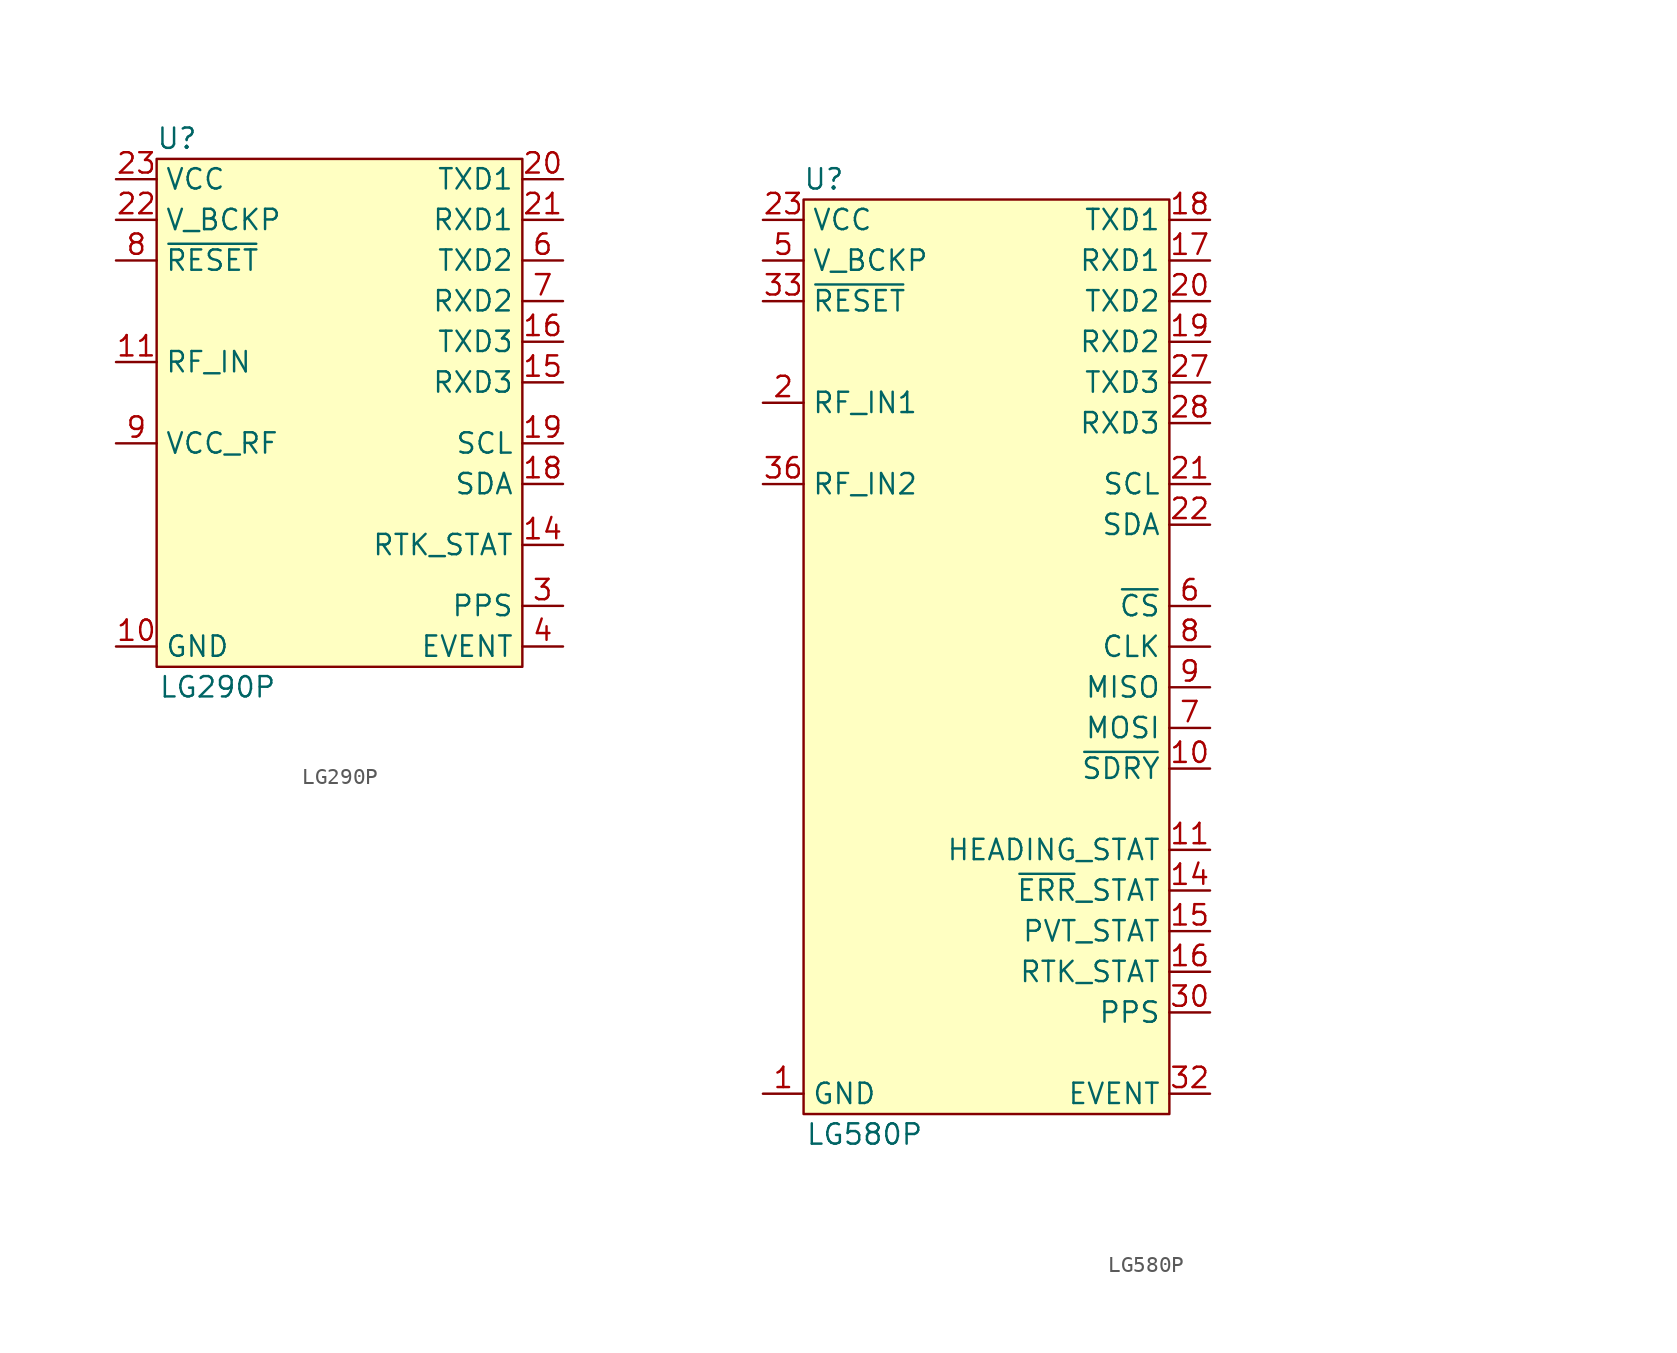
<source format=kicad_sym>
(kicad_symbol_lib
  (version 20241209)
  (generator "kicad_symbol_editor")
  (generator_version "9.0")
  (symbol "LG290P"
    (property "Reference" "U"
      (at -10.16 16.51 0)
      (effects (font (size 1.27 1.27))))
    (property "Value" "LG290P"
      (at -7.62 -17.78 0)
      (effects (font (size 1.27 1.27))))
    (symbol "LG290P_1_1"
      (rectangle (start -11.43 15.24) (end 11.43 -16.51) (stroke (width 0) (type default)) (fill (type background)))
      (pin power_in line (at -13.97 13.97 0) (length 2.54) (name "VCC" (effects (font (size 1.27 1.27)))) (number "23" (effects (font (size 1.27 1.27)))))
      (pin power_in line (at -13.97 11.43 0) (length 2.54) (name "V_BCKP" (effects (font (size 1.27 1.27)))) (number "22" (effects (font (size 1.27 1.27)))))
      (pin input line (at -13.97 8.89 0) (length 2.54) (name "~{RESET}" (effects (font (size 1.27 1.27)))) (number "8" (effects (font (size 1.27 1.27)))))
      (pin input line (at -13.97 2.54 0) (length 2.54) (name "RF_IN" (effects (font (size 1.27 1.27)))) (number "11" (effects (font (size 1.27 1.27)))))
      (pin power_out line (at -13.97 -2.54 0) (length 2.54) (name "VCC_RF" (effects (font (size 1.27 1.27)))) (number "9" (effects (font (size 1.27 1.27)))))
      (pin no_connect line (at -13.97 -5.08 0) (length 2.54) (hide yes) (name "NC" (effects (font (size 1.27 1.27)))) (number "2" (effects (font (size 1.27 1.27)))))
      (pin no_connect line (at -13.97 -6.35 0) (length 2.54) (hide yes) (name "NC" (effects (font (size 1.27 1.27)))) (number "1" (effects (font (size 1.27 1.27)))))
      (pin no_connect line (at -13.97 -7.62 0) (length 2.54) (hide yes) (name "NC" (effects (font (size 1.27 1.27)))) (number "17" (effects (font (size 1.27 1.27)))))
      (pin no_connect line (at -13.97 -8.89 0) (length 2.54) (hide yes) (name "NC" (effects (font (size 1.27 1.27)))) (number "5" (effects (font (size 1.27 1.27)))))
      (pin power_in line (at -13.97 -15.24 0) (length 2.54) (name "GND" (effects (font (size 1.27 1.27)))) (number "10" (effects (font (size 1.27 1.27)))))
      (pin power_in line (at -13.97 -15.24 0) (length 2.54) (hide yes) (name "GND" (effects (font (size 1.27 1.27)))) (number "12" (effects (font (size 1.27 1.27)))))
      (pin power_in line (at -13.97 -15.24 0) (length 2.54) (hide yes) (name "GND" (effects (font (size 1.27 1.27)))) (number "13" (effects (font (size 1.27 1.27)))))
      (pin power_in line (at -13.97 -15.24 0) (length 2.54) (hide yes) (name "GND" (effects (font (size 1.27 1.27)))) (number "24" (effects (font (size 1.27 1.27)))))
      (pin power_in line (at -13.97 -15.24 0) (length 2.54) (hide yes) (name "GND" (effects (font (size 1.27 1.27)))) (number "25" (effects (font (size 1.27 1.27)))))
      (pin output line (at 13.97 13.97 180) (length 2.54) (name "TXD1" (effects (font (size 1.27 1.27)))) (number "20" (effects (font (size 1.27 1.27)))))
      (pin input line (at 13.97 11.43 180) (length 2.54) (name "RXD1" (effects (font (size 1.27 1.27)))) (number "21" (effects (font (size 1.27 1.27)))))
      (pin output line (at 13.97 8.89 180) (length 2.54) (name "TXD2" (effects (font (size 1.27 1.27)))) (number "6" (effects (font (size 1.27 1.27)))))
      (pin input line (at 13.97 6.35 180) (length 2.54) (name "RXD2" (effects (font (size 1.27 1.27)))) (number "7" (effects (font (size 1.27 1.27)))))
      (pin output line (at 13.97 3.81 180) (length 2.54) (name "TXD3" (effects (font (size 1.27 1.27)))) (number "16" (effects (font (size 1.27 1.27)))))
      (pin input line (at 13.97 1.27 180) (length 2.54) (name "RXD3" (effects (font (size 1.27 1.27)))) (number "15" (effects (font (size 1.27 1.27)))))
      (pin bidirectional line (at 13.97 -2.54 180) (length 2.54) (name "SCL" (effects (font (size 1.27 1.27)))) (number "19" (effects (font (size 1.27 1.27)))))
      (pin bidirectional line (at 13.97 -5.08 180) (length 2.54) (name "SDA" (effects (font (size 1.27 1.27)))) (number "18" (effects (font (size 1.27 1.27)))))
      (pin output line (at 13.97 -8.89 180) (length 2.54) (name "RTK_STAT" (effects (font (size 1.27 1.27)))) (number "14" (effects (font (size 1.27 1.27)))))
      (pin output line (at 13.97 -12.7 180) (length 2.54) (name "PPS" (effects (font (size 1.27 1.27)))) (number "3" (effects (font (size 1.27 1.27)))))
      (pin input line (at 13.97 -15.24 180) (length 2.54) (name "EVENT" (effects (font (size 1.27 1.27)))) (number "4" (effects (font (size 1.27 1.27)))))))
  (symbol "LG580P"
    (property "Reference" "U"
      (at -10.16 30.48 0)
      (effects (font (size 1.27 1.27))))
    (property "Value" "LG580P"
      (at -7.62 -29.21 0)
      (effects (font (size 1.27 1.27))))
    (symbol "LG580P_1_1"
      (rectangle (start -11.43 29.21) (end 11.43 -27.94) (stroke (width 0) (type default)) (fill (type background)))
      (pin power_in line (at -13.97 27.94 0) (length 2.54) (name "VCC" (effects (font (size 1.27 1.27)))) (number "23" (effects (font (size 1.27 1.27)))))
      (pin power_in line (at -13.97 27.94 0) (length 2.54) (hide yes) (name "VCC" (effects (font (size 1.27 1.27)))) (number "24" (effects (font (size 1.27 1.27)))))
      (pin power_in line (at -13.97 25.4 0) (length 2.54) (name "V_BCKP" (effects (font (size 1.27 1.27)))) (number "5" (effects (font (size 1.27 1.27)))))
      (pin input line (at -13.97 22.86 0) (length 2.54) (name "~{RESET}" (effects (font (size 1.27 1.27)))) (number "33" (effects (font (size 1.27 1.27)))))
      (pin input line (at -13.97 16.51 0) (length 2.54) (name "RF_IN1" (effects (font (size 1.27 1.27)))) (number "2" (effects (font (size 1.27 1.27)))))
      (pin input line (at -13.97 11.43 0) (length 2.54) (name "RF_IN2" (effects (font (size 1.27 1.27)))) (number "36" (effects (font (size 1.27 1.27)))))
      (pin power_in line (at -13.97 -26.67 0) (length 2.54) (name "GND" (effects (font (size 1.27 1.27)))) (number "1" (effects (font (size 1.27 1.27)))) (alternate "PowerPins" input line))
      (pin power_in line (at -13.97 -26.67 0) (length 2.54) (hide yes) (name "GND" (effects (font (size 1.27 1.27)))) (number "3" (effects (font (size 1.27 1.27)))))
      (pin power_in line (at -13.97 -26.67 0) (length 2.54) (hide yes) (name "GND" (effects (font (size 1.27 1.27)))) (number "34" (effects (font (size 1.27 1.27)))))
      (pin power_in line (at -13.97 -26.67 0) (length 2.54) (hide yes) (name "GND" (effects (font (size 1.27 1.27)))) (number "35" (effects (font (size 1.27 1.27)))))
      (pin power_in line (at -13.97 -26.67 0) (length 2.54) (hide yes) (name "GND" (effects (font (size 1.27 1.27)))) (number "37" (effects (font (size 1.27 1.27)))))
      (pin power_in line (at -13.97 -26.67 0) (length 2.54) (hide yes) (name "GND" (effects (font (size 1.27 1.27)))) (number "4" (effects (font (size 1.27 1.27)))))
      (pin power_in line (at -13.97 -26.67 0) (length 2.54) (hide yes) (name "GND" (effects (font (size 1.27 1.27)))) (number "41" (effects (font (size 1.27 1.27)))))
      (pin power_in line (at -13.97 -26.67 0) (length 2.54) (hide yes) (name "GND" (effects (font (size 1.27 1.27)))) (number "43" (effects (font (size 1.27 1.27)))))
      (pin power_in line (at -13.97 -26.67 0) (length 2.54) (hide yes) (name "GND" (effects (font (size 1.27 1.27)))) (number "45" (effects (font (size 1.27 1.27)))))
      (pin power_in line (at -13.97 -26.67 0) (length 2.54) (hide yes) (name "GND" (effects (font (size 1.27 1.27)))) (number "49" (effects (font (size 1.27 1.27)))))
      (pin output line (at 13.97 27.94 180) (length 2.54) (name "TXD1" (effects (font (size 1.27 1.27)))) (number "18" (effects (font (size 1.27 1.27)))))
      (pin input line (at 13.97 25.4 180) (length 2.54) (name "RXD1" (effects (font (size 1.27 1.27)))) (number "17" (effects (font (size 1.27 1.27)))))
      (pin output line (at 13.97 22.86 180) (length 2.54) (name "TXD2" (effects (font (size 1.27 1.27)))) (number "20" (effects (font (size 1.27 1.27)))))
      (pin input line (at 13.97 20.32 180) (length 2.54) (name "RXD2" (effects (font (size 1.27 1.27)))) (number "19" (effects (font (size 1.27 1.27)))))
      (pin output line (at 13.97 17.78 180) (length 2.54) (name "TXD3" (effects (font (size 1.27 1.27)))) (number "27" (effects (font (size 1.27 1.27)))))
      (pin input line (at 13.97 15.24 180) (length 2.54) (name "RXD3" (effects (font (size 1.27 1.27)))) (number "28" (effects (font (size 1.27 1.27)))))
      (pin bidirectional line (at 13.97 11.43 180) (length 2.54) (name "SCL" (effects (font (size 1.27 1.27)))) (number "21" (effects (font (size 1.27 1.27)))))
      (pin bidirectional line (at 13.97 8.89 180) (length 2.54) (name "SDA" (effects (font (size 1.27 1.27)))) (number "22" (effects (font (size 1.27 1.27)))))
      (pin input line (at 13.97 3.81 180) (length 2.54) (name "~{CS}" (effects (font (size 1.27 1.27)))) (number "6" (effects (font (size 1.27 1.27)))))
      (pin input line (at 13.97 1.27 180) (length 2.54) (name "CLK" (effects (font (size 1.27 1.27)))) (number "8" (effects (font (size 1.27 1.27)))))
      (pin output line (at 13.97 -1.27 180) (length 2.54) (name "MISO" (effects (font (size 1.27 1.27)))) (number "9" (effects (font (size 1.27 1.27)))))
      (pin input line (at 13.97 -3.81 180) (length 2.54) (name "MOSI" (effects (font (size 1.27 1.27)))) (number "7" (effects (font (size 1.27 1.27)))))
      (pin output line (at 13.97 -6.35 180) (length 2.54) (name "~{SDRY}" (effects (font (size 1.27 1.27)))) (number "10" (effects (font (size 1.27 1.27)))))
      (pin output line (at 13.97 -11.43 180) (length 2.54) (name "HEADING_STAT" (effects (font (size 1.27 1.27)))) (number "11" (effects (font (size 1.27 1.27)))))
      (pin output line (at 13.97 -13.97 180) (length 2.54) (name "~{ERR}_STAT" (effects (font (size 1.27 1.27)))) (number "14" (effects (font (size 1.27 1.27)))))
      (pin output line (at 13.97 -16.51 180) (length 2.54) (name "PVT_STAT" (effects (font (size 1.27 1.27)))) (number "15" (effects (font (size 1.27 1.27)))))
      (pin output line (at 13.97 -19.05 180) (length 2.54) (name "RTK_STAT" (effects (font (size 1.27 1.27)))) (number "16" (effects (font (size 1.27 1.27)))))
      (pin output line (at 13.97 -21.59 180) (length 2.54) (name "PPS" (effects (font (size 1.27 1.27)))) (number "30" (effects (font (size 1.27 1.27)))))
      (pin input line (at 13.97 -26.67 180) (length 2.54) (name "EVENT" (effects (font (size 1.27 1.27)))) (number "32" (effects (font (size 1.27 1.27)))))
      (pin no_connect line (at 31.75 15.24 0) (length 2.54) (hide yes) (name "Reserved" (effects (font (size 1.27 1.27)))) (number "12" (effects (font (size 1.27 1.27)))))
      (pin no_connect line (at 31.75 12.7 0) (length 2.54) (hide yes) (name "Reserved" (effects (font (size 1.27 1.27)))) (number "13" (effects (font (size 1.27 1.27)))))
      (pin no_connect line (at 31.75 10.16 0) (length 2.54) (hide yes) (name "Reserved" (effects (font (size 1.27 1.27)))) (number "25" (effects (font (size 1.27 1.27)))))
      (pin no_connect line (at 31.75 7.62 0) (length 2.54) (hide yes) (name "Reserved" (effects (font (size 1.27 1.27)))) (number "26" (effects (font (size 1.27 1.27)))))
      (pin no_connect line (at 31.75 5.08 0) (length 2.54) (hide yes) (name "Reserved" (effects (font (size 1.27 1.27)))) (number "29" (effects (font (size 1.27 1.27)))))
      (pin no_connect line (at 31.75 2.54 0) (length 2.54) (hide yes) (name "Reserved" (effects (font (size 1.27 1.27)))) (number "31" (effects (font (size 1.27 1.27)))))
      (pin no_connect line (at 31.75 0 0) (length 2.54) (hide yes) (name "Reserved" (effects (font (size 1.27 1.27)))) (number "38" (effects (font (size 1.27 1.27)))))
      (pin no_connect line (at 31.75 -2.54 0) (length 2.54) (hide yes) (name "Reserved" (effects (font (size 1.27 1.27)))) (number "39" (effects (font (size 1.27 1.27)))))
      (pin no_connect line (at 31.75 -5.08 0) (length 2.54) (hide yes) (name "Reserved" (effects (font (size 1.27 1.27)))) (number "42" (effects (font (size 1.27 1.27)))))
      (pin no_connect line (at 31.75 -7.62 0) (length 2.54) (hide yes) (name "Reserved" (effects (font (size 1.27 1.27)))) (number "40" (effects (font (size 1.27 1.27)))))
      (pin no_connect line (at 31.75 -10.16 0) (length 2.54) (hide yes) (name "Reserved" (effects (font (size 1.27 1.27)))) (number "44" (effects (font (size 1.27 1.27)))))
      (pin no_connect line (at 31.75 -12.7 0) (length 2.54) (hide yes) (name "Reserved" (effects (font (size 1.27 1.27)))) (number "46" (effects (font (size 1.27 1.27)))))
      (pin no_connect line (at 31.75 -15.24 0) (length 2.54) (hide yes) (name "Reserved" (effects (font (size 1.27 1.27)))) (number "47" (effects (font (size 1.27 1.27)))))
      (pin no_connect line (at 31.75 -17.78 0) (length 2.54) (hide yes) (name "Reserved" (effects (font (size 1.27 1.27)))) (number "48" (effects (font (size 1.27 1.27))))))))
</source>
